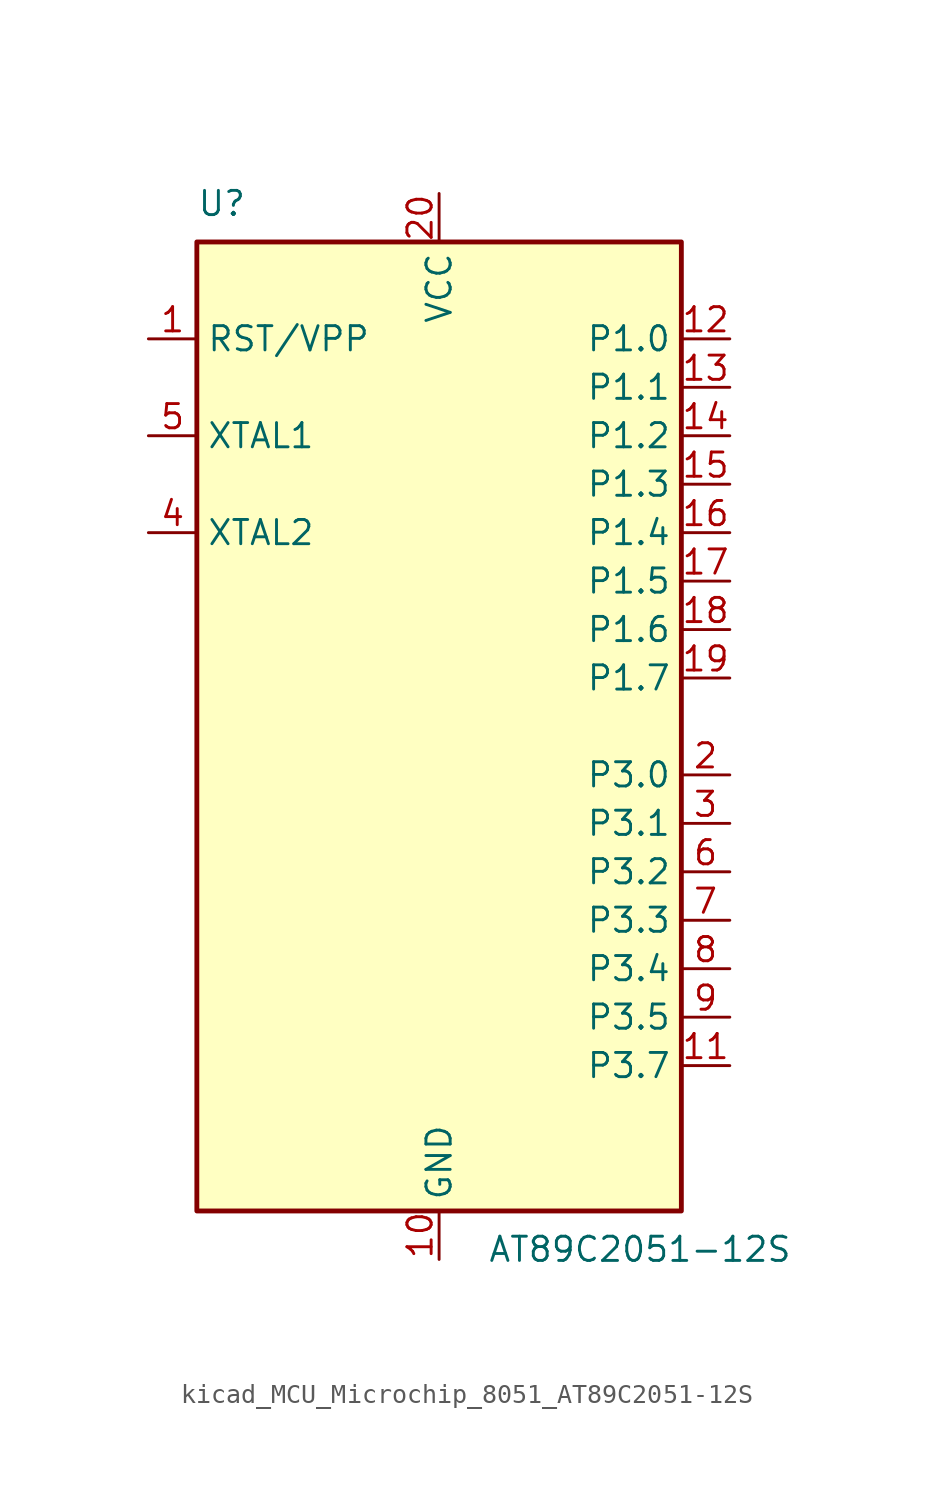
<source format=kicad_sym>
(kicad_symbol_lib
  (version 20220914)
  (generator kicad_symbol_editor)
  (symbol "kicad_MCU_Microchip_8051_AT89C2051-12S"
    (property "Reference" "U"
      (at -12.7 26.67 0)
      (effects (font (size 1.27 1.27)) (justify left bottom)))
    (property "Value" "AT89C2051-12S"
      (at 2.54 -26.67 0)
      (effects (font (size 1.27 1.27)) (justify left top)))
    (symbol "kicad_MCU_Microchip_8051_AT89C2051-12S_0_1"
      (rectangle (start -12.7 -25.4) (end 12.7 25.4) (stroke (width 0.254) (type default)) (fill (type background))))
    (symbol "kicad_MCU_Microchip_8051_AT89C2051-12S_1_1"
      (pin input line (at -15.24 20.32 0) (length 2.54) (name "RST/VPP" (effects (font (size 1.27 1.27)))) (number "1" (effects (font (size 1.27 1.27)))))
      (pin power_in line (at 0 -27.94 90) (length 2.54) (name "GND" (effects (font (size 1.27 1.27)))) (number "10" (effects (font (size 1.27 1.27)))))
      (pin bidirectional line (at 15.24 -17.78 180) (length 2.54) (name "P3.7" (effects (font (size 1.27 1.27)))) (number "11" (effects (font (size 1.27 1.27)))))
      (pin bidirectional line (at 15.24 20.32 180) (length 2.54) (name "P1.0" (effects (font (size 1.27 1.27)))) (number "12" (effects (font (size 1.27 1.27)))))
      (pin bidirectional line (at 15.24 17.78 180) (length 2.54) (name "P1.1" (effects (font (size 1.27 1.27)))) (number "13" (effects (font (size 1.27 1.27)))))
      (pin bidirectional line (at 15.24 15.24 180) (length 2.54) (name "P1.2" (effects (font (size 1.27 1.27)))) (number "14" (effects (font (size 1.27 1.27)))))
      (pin bidirectional line (at 15.24 12.7 180) (length 2.54) (name "P1.3" (effects (font (size 1.27 1.27)))) (number "15" (effects (font (size 1.27 1.27)))))
      (pin bidirectional line (at 15.24 10.16 180) (length 2.54) (name "P1.4" (effects (font (size 1.27 1.27)))) (number "16" (effects (font (size 1.27 1.27)))))
      (pin bidirectional line (at 15.24 7.62 180) (length 2.54) (name "P1.5" (effects (font (size 1.27 1.27)))) (number "17" (effects (font (size 1.27 1.27)))))
      (pin bidirectional line (at 15.24 5.08 180) (length 2.54) (name "P1.6" (effects (font (size 1.27 1.27)))) (number "18" (effects (font (size 1.27 1.27)))))
      (pin bidirectional line (at 15.24 2.54 180) (length 2.54) (name "P1.7" (effects (font (size 1.27 1.27)))) (number "19" (effects (font (size 1.27 1.27)))))
      (pin bidirectional line (at 15.24 -2.54 180) (length 2.54) (name "P3.0" (effects (font (size 1.27 1.27)))) (number "2" (effects (font (size 1.27 1.27)))))
      (pin power_in line (at 0 27.94 270) (length 2.54) (name "VCC" (effects (font (size 1.27 1.27)))) (number "20" (effects (font (size 1.27 1.27)))))
      (pin bidirectional line (at 15.24 -5.08 180) (length 2.54) (name "P3.1" (effects (font (size 1.27 1.27)))) (number "3" (effects (font (size 1.27 1.27)))))
      (pin output line (at -15.24 10.16 0) (length 2.54) (name "XTAL2" (effects (font (size 1.27 1.27)))) (number "4" (effects (font (size 1.27 1.27)))))
      (pin input line (at -15.24 15.24 0) (length 2.54) (name "XTAL1" (effects (font (size 1.27 1.27)))) (number "5" (effects (font (size 1.27 1.27)))))
      (pin bidirectional line (at 15.24 -7.62 180) (length 2.54) (name "P3.2" (effects (font (size 1.27 1.27)))) (number "6" (effects (font (size 1.27 1.27)))))
      (pin bidirectional line (at 15.24 -10.16 180) (length 2.54) (name "P3.3" (effects (font (size 1.27 1.27)))) (number "7" (effects (font (size 1.27 1.27)))))
      (pin bidirectional line (at 15.24 -12.7 180) (length 2.54) (name "P3.4" (effects (font (size 1.27 1.27)))) (number "8" (effects (font (size 1.27 1.27)))))
      (pin bidirectional line (at 15.24 -15.24 180) (length 2.54) (name "P3.5" (effects (font (size 1.27 1.27)))) (number "9" (effects (font (size 1.27 1.27))))))))
</source>
